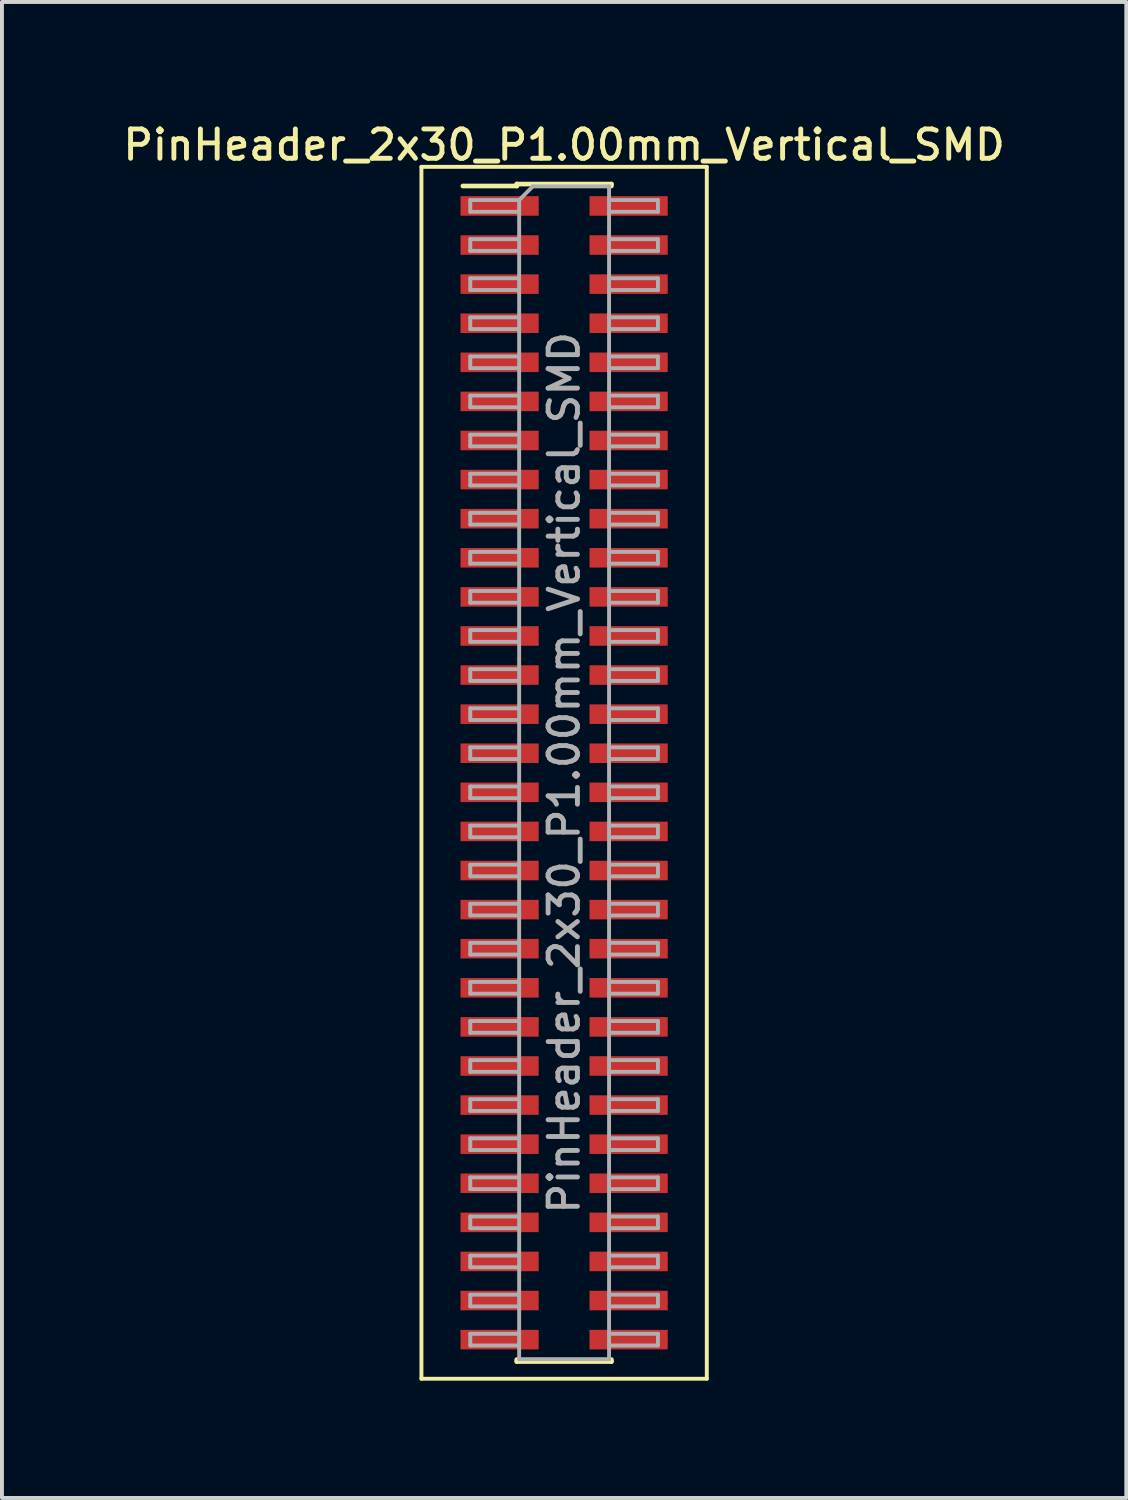
<source format=kicad_pcb>
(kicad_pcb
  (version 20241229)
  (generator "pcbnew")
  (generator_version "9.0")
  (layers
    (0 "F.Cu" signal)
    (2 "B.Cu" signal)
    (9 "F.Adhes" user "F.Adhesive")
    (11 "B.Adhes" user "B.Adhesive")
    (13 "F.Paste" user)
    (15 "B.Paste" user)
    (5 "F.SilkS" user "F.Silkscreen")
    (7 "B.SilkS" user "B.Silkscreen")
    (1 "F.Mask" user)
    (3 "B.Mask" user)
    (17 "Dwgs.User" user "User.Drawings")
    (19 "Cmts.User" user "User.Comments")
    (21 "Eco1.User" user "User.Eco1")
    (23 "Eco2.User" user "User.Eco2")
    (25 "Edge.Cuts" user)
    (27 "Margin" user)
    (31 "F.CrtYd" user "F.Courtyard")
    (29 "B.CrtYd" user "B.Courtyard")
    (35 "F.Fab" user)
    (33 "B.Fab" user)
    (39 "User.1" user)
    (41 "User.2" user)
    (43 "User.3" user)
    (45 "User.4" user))
  (footprint "PinHeader_2x30_P1.00mm_Vertical_SMD"
    (layer "F.Cu")
    (at 11.38 16.718)
    (property "Reference" "PinHeader_2x30_P1.00mm_Vertical_SMD" (at 0 -16.06 0) (layer "F.SilkS") (effects (font (size 0.75 0.75) (thickness 0.125))))
    (attr smd)
    (fp_line (start -3.65 -15.5) (end -3.65 15.5) (stroke (width 0.1) (type solid)) (layer "F.SilkS"))
    (fp_line (start -3.65 15.5) (end 3.65 15.5) (stroke (width 0.1) (type solid)) (layer "F.SilkS"))
    (fp_line (start -2.59 -15.01) (end -1.21 -15.01) (stroke (width 0.12) (type solid)) (layer "F.SilkS"))
    (fp_line (start -1.21 -15.06) (end -1.21 -15.01) (stroke (width 0.12) (type solid)) (layer "F.SilkS"))
    (fp_line (start -1.21 -15.06) (end 1.21 -15.06) (stroke (width 0.12) (type solid)) (layer "F.SilkS"))
    (fp_line (start -1.21 15.01) (end -1.21 15.06) (stroke (width 0.12) (type solid)) (layer "F.SilkS"))
    (fp_line (start -1.21 15.06) (end 1.21 15.06) (stroke (width 0.12) (type solid)) (layer "F.SilkS"))
    (fp_line (start 1.21 -15.06) (end 1.21 -15.01) (stroke (width 0.12) (type solid)) (layer "F.SilkS"))
    (fp_line (start 1.21 15.01) (end 1.21 15.06) (stroke (width 0.12) (type solid)) (layer "F.SilkS"))
    (fp_line (start 3.65 -15.5) (end -3.65 -15.5) (stroke (width 0.1) (type solid)) (layer "F.SilkS"))
    (fp_line (start 3.65 15.5) (end 3.65 -15.5) (stroke (width 0.1) (type solid)) (layer "F.SilkS"))
    (fp_line (start -2.4 -14.65) (end -2.4 -14.35) (stroke (width 0.1) (type solid)) (layer "F.Fab"))
    (fp_line (start -2.4 -14.35) (end -1.15 -14.35) (stroke (width 0.1) (type solid)) (layer "F.Fab"))
    (fp_line (start -2.4 -13.65) (end -2.4 -13.35) (stroke (width 0.1) (type solid)) (layer "F.Fab"))
    (fp_line (start -2.4 -13.35) (end -1.15 -13.35) (stroke (width 0.1) (type solid)) (layer "F.Fab"))
    (fp_line (start -2.4 -12.65) (end -2.4 -12.35) (stroke (width 0.1) (type solid)) (layer "F.Fab"))
    (fp_line (start -2.4 -12.35) (end -1.15 -12.35) (stroke (width 0.1) (type solid)) (layer "F.Fab"))
    (fp_line (start -2.4 -11.65) (end -2.4 -11.35) (stroke (width 0.1) (type solid)) (layer "F.Fab"))
    (fp_line (start -2.4 -11.35) (end -1.15 -11.35) (stroke (width 0.1) (type solid)) (layer "F.Fab"))
    (fp_line (start -2.4 -10.65) (end -2.4 -10.35) (stroke (width 0.1) (type solid)) (layer "F.Fab"))
    (fp_line (start -2.4 -10.35) (end -1.15 -10.35) (stroke (width 0.1) (type solid)) (layer "F.Fab"))
    (fp_line (start -2.4 -9.65) (end -2.4 -9.35) (stroke (width 0.1) (type solid)) (layer "F.Fab"))
    (fp_line (start -2.4 -9.35) (end -1.15 -9.35) (stroke (width 0.1) (type solid)) (layer "F.Fab"))
    (fp_line (start -2.4 -8.65) (end -2.4 -8.35) (stroke (width 0.1) (type solid)) (layer "F.Fab"))
    (fp_line (start -2.4 -8.35) (end -1.15 -8.35) (stroke (width 0.1) (type solid)) (layer "F.Fab"))
    (fp_line (start -2.4 -7.65) (end -2.4 -7.35) (stroke (width 0.1) (type solid)) (layer "F.Fab"))
    (fp_line (start -2.4 -7.35) (end -1.15 -7.35) (stroke (width 0.1) (type solid)) (layer "F.Fab"))
    (fp_line (start -2.4 -6.65) (end -2.4 -6.35) (stroke (width 0.1) (type solid)) (layer "F.Fab"))
    (fp_line (start -2.4 -6.35) (end -1.15 -6.35) (stroke (width 0.1) (type solid)) (layer "F.Fab"))
    (fp_line (start -2.4 -5.65) (end -2.4 -5.35) (stroke (width 0.1) (type solid)) (layer "F.Fab"))
    (fp_line (start -2.4 -5.35) (end -1.15 -5.35) (stroke (width 0.1) (type solid)) (layer "F.Fab"))
    (fp_line (start -2.4 -4.65) (end -2.4 -4.35) (stroke (width 0.1) (type solid)) (layer "F.Fab"))
    (fp_line (start -2.4 -4.35) (end -1.15 -4.35) (stroke (width 0.1) (type solid)) (layer "F.Fab"))
    (fp_line (start -2.4 -3.65) (end -2.4 -3.35) (stroke (width 0.1) (type solid)) (layer "F.Fab"))
    (fp_line (start -2.4 -3.35) (end -1.15 -3.35) (stroke (width 0.1) (type solid)) (layer "F.Fab"))
    (fp_line (start -2.4 -2.65) (end -2.4 -2.35) (stroke (width 0.1) (type solid)) (layer "F.Fab"))
    (fp_line (start -2.4 -2.35) (end -1.15 -2.35) (stroke (width 0.1) (type solid)) (layer "F.Fab"))
    (fp_line (start -2.4 -1.65) (end -2.4 -1.35) (stroke (width 0.1) (type solid)) (layer "F.Fab"))
    (fp_line (start -2.4 -1.35) (end -1.15 -1.35) (stroke (width 0.1) (type solid)) (layer "F.Fab"))
    (fp_line (start -2.4 -0.65) (end -2.4 -0.35) (stroke (width 0.1) (type solid)) (layer "F.Fab"))
    (fp_line (start -2.4 -0.35) (end -1.15 -0.35) (stroke (width 0.1) (type solid)) (layer "F.Fab"))
    (fp_line (start -2.4 0.35) (end -2.4 0.65) (stroke (width 0.1) (type solid)) (layer "F.Fab"))
    (fp_line (start -2.4 0.65) (end -1.15 0.65) (stroke (width 0.1) (type solid)) (layer "F.Fab"))
    (fp_line (start -2.4 1.35) (end -2.4 1.65) (stroke (width 0.1) (type solid)) (layer "F.Fab"))
    (fp_line (start -2.4 1.65) (end -1.15 1.65) (stroke (width 0.1) (type solid)) (layer "F.Fab"))
    (fp_line (start -2.4 2.35) (end -2.4 2.65) (stroke (width 0.1) (type solid)) (layer "F.Fab"))
    (fp_line (start -2.4 2.65) (end -1.15 2.65) (stroke (width 0.1) (type solid)) (layer "F.Fab"))
    (fp_line (start -2.4 3.35) (end -2.4 3.65) (stroke (width 0.1) (type solid)) (layer "F.Fab"))
    (fp_line (start -2.4 3.65) (end -1.15 3.65) (stroke (width 0.1) (type solid)) (layer "F.Fab"))
    (fp_line (start -2.4 4.35) (end -2.4 4.65) (stroke (width 0.1) (type solid)) (layer "F.Fab"))
    (fp_line (start -2.4 4.65) (end -1.15 4.65) (stroke (width 0.1) (type solid)) (layer "F.Fab"))
    (fp_line (start -2.4 5.35) (end -2.4 5.65) (stroke (width 0.1) (type solid)) (layer "F.Fab"))
    (fp_line (start -2.4 5.65) (end -1.15 5.65) (stroke (width 0.1) (type solid)) (layer "F.Fab"))
    (fp_line (start -2.4 6.35) (end -2.4 6.65) (stroke (width 0.1) (type solid)) (layer "F.Fab"))
    (fp_line (start -2.4 6.65) (end -1.15 6.65) (stroke (width 0.1) (type solid)) (layer "F.Fab"))
    (fp_line (start -2.4 7.35) (end -2.4 7.65) (stroke (width 0.1) (type solid)) (layer "F.Fab"))
    (fp_line (start -2.4 7.65) (end -1.15 7.65) (stroke (width 0.1) (type solid)) (layer "F.Fab"))
    (fp_line (start -2.4 8.35) (end -2.4 8.65) (stroke (width 0.1) (type solid)) (layer "F.Fab"))
    (fp_line (start -2.4 8.65) (end -1.15 8.65) (stroke (width 0.1) (type solid)) (layer "F.Fab"))
    (fp_line (start -2.4 9.35) (end -2.4 9.65) (stroke (width 0.1) (type solid)) (layer "F.Fab"))
    (fp_line (start -2.4 9.65) (end -1.15 9.65) (stroke (width 0.1) (type solid)) (layer "F.Fab"))
    (fp_line (start -2.4 10.35) (end -2.4 10.65) (stroke (width 0.1) (type solid)) (layer "F.Fab"))
    (fp_line (start -2.4 10.65) (end -1.15 10.65) (stroke (width 0.1) (type solid)) (layer "F.Fab"))
    (fp_line (start -2.4 11.35) (end -2.4 11.65) (stroke (width 0.1) (type solid)) (layer "F.Fab"))
    (fp_line (start -2.4 11.65) (end -1.15 11.65) (stroke (width 0.1) (type solid)) (layer "F.Fab"))
    (fp_line (start -2.4 12.35) (end -2.4 12.65) (stroke (width 0.1) (type solid)) (layer "F.Fab"))
    (fp_line (start -2.4 12.65) (end -1.15 12.65) (stroke (width 0.1) (type solid)) (layer "F.Fab"))
    (fp_line (start -2.4 13.35) (end -2.4 13.65) (stroke (width 0.1) (type solid)) (layer "F.Fab"))
    (fp_line (start -2.4 13.65) (end -1.15 13.65) (stroke (width 0.1) (type solid)) (layer "F.Fab"))
    (fp_line (start -2.4 14.35) (end -2.4 14.65) (stroke (width 0.1) (type solid)) (layer "F.Fab"))
    (fp_line (start -2.4 14.65) (end -1.15 14.65) (stroke (width 0.1) (type solid)) (layer "F.Fab"))
    (fp_line (start -1.15 -14.65) (end -2.4 -14.65) (stroke (width 0.1) (type solid)) (layer "F.Fab"))
    (fp_line (start -1.15 -14.65) (end -0.8 -15) (stroke (width 0.1) (type solid)) (layer "F.Fab"))
    (fp_line (start -1.15 -13.65) (end -2.4 -13.65) (stroke (width 0.1) (type solid)) (layer "F.Fab"))
    (fp_line (start -1.15 -12.65) (end -2.4 -12.65) (stroke (width 0.1) (type solid)) (layer "F.Fab"))
    (fp_line (start -1.15 -11.65) (end -2.4 -11.65) (stroke (width 0.1) (type solid)) (layer "F.Fab"))
    (fp_line (start -1.15 -10.65) (end -2.4 -10.65) (stroke (width 0.1) (type solid)) (layer "F.Fab"))
    (fp_line (start -1.15 -9.65) (end -2.4 -9.65) (stroke (width 0.1) (type solid)) (layer "F.Fab"))
    (fp_line (start -1.15 -8.65) (end -2.4 -8.65) (stroke (width 0.1) (type solid)) (layer "F.Fab"))
    (fp_line (start -1.15 -7.65) (end -2.4 -7.65) (stroke (width 0.1) (type solid)) (layer "F.Fab"))
    (fp_line (start -1.15 -6.65) (end -2.4 -6.65) (stroke (width 0.1) (type solid)) (layer "F.Fab"))
    (fp_line (start -1.15 -5.65) (end -2.4 -5.65) (stroke (width 0.1) (type solid)) (layer "F.Fab"))
    (fp_line (start -1.15 -4.65) (end -2.4 -4.65) (stroke (width 0.1) (type solid)) (layer "F.Fab"))
    (fp_line (start -1.15 -3.65) (end -2.4 -3.65) (stroke (width 0.1) (type solid)) (layer "F.Fab"))
    (fp_line (start -1.15 -2.65) (end -2.4 -2.65) (stroke (width 0.1) (type solid)) (layer "F.Fab"))
    (fp_line (start -1.15 -1.65) (end -2.4 -1.65) (stroke (width 0.1) (type solid)) (layer "F.Fab"))
    (fp_line (start -1.15 -0.65) (end -2.4 -0.65) (stroke (width 0.1) (type solid)) (layer "F.Fab"))
    (fp_line (start -1.15 0.35) (end -2.4 0.35) (stroke (width 0.1) (type solid)) (layer "F.Fab"))
    (fp_line (start -1.15 1.35) (end -2.4 1.35) (stroke (width 0.1) (type solid)) (layer "F.Fab"))
    (fp_line (start -1.15 2.35) (end -2.4 2.35) (stroke (width 0.1) (type solid)) (layer "F.Fab"))
    (fp_line (start -1.15 3.35) (end -2.4 3.35) (stroke (width 0.1) (type solid)) (layer "F.Fab"))
    (fp_line (start -1.15 4.35) (end -2.4 4.35) (stroke (width 0.1) (type solid)) (layer "F.Fab"))
    (fp_line (start -1.15 5.35) (end -2.4 5.35) (stroke (width 0.1) (type solid)) (layer "F.Fab"))
    (fp_line (start -1.15 6.35) (end -2.4 6.35) (stroke (width 0.1) (type solid)) (layer "F.Fab"))
    (fp_line (start -1.15 7.35) (end -2.4 7.35) (stroke (width 0.1) (type solid)) (layer "F.Fab"))
    (fp_line (start -1.15 8.35) (end -2.4 8.35) (stroke (width 0.1) (type solid)) (layer "F.Fab"))
    (fp_line (start -1.15 9.35) (end -2.4 9.35) (stroke (width 0.1) (type solid)) (layer "F.Fab"))
    (fp_line (start -1.15 10.35) (end -2.4 10.35) (stroke (width 0.1) (type solid)) (layer "F.Fab"))
    (fp_line (start -1.15 11.35) (end -2.4 11.35) (stroke (width 0.1) (type solid)) (layer "F.Fab"))
    (fp_line (start -1.15 12.35) (end -2.4 12.35) (stroke (width 0.1) (type solid)) (layer "F.Fab"))
    (fp_line (start -1.15 13.35) (end -2.4 13.35) (stroke (width 0.1) (type solid)) (layer "F.Fab"))
    (fp_line (start -1.15 14.35) (end -2.4 14.35) (stroke (width 0.1) (type solid)) (layer "F.Fab"))
    (fp_line (start -1.15 15) (end -1.15 -14.65) (stroke (width 0.1) (type solid)) (layer "F.Fab"))
    (fp_line (start -0.8 -15) (end 1.15 -15) (stroke (width 0.1) (type solid)) (layer "F.Fab"))
    (fp_line (start 1.15 -15) (end 1.15 15) (stroke (width 0.1) (type solid)) (layer "F.Fab"))
    (fp_line (start 1.15 -14.65) (end 2.4 -14.65) (stroke (width 0.1) (type solid)) (layer "F.Fab"))
    (fp_line (start 1.15 -13.65) (end 2.4 -13.65) (stroke (width 0.1) (type solid)) (layer "F.Fab"))
    (fp_line (start 1.15 -12.65) (end 2.4 -12.65) (stroke (width 0.1) (type solid)) (layer "F.Fab"))
    (fp_line (start 1.15 -11.65) (end 2.4 -11.65) (stroke (width 0.1) (type solid)) (layer "F.Fab"))
    (fp_line (start 1.15 -10.65) (end 2.4 -10.65) (stroke (width 0.1) (type solid)) (layer "F.Fab"))
    (fp_line (start 1.15 -9.65) (end 2.4 -9.65) (stroke (width 0.1) (type solid)) (layer "F.Fab"))
    (fp_line (start 1.15 -8.65) (end 2.4 -8.65) (stroke (width 0.1) (type solid)) (layer "F.Fab"))
    (fp_line (start 1.15 -7.65) (end 2.4 -7.65) (stroke (width 0.1) (type solid)) (layer "F.Fab"))
    (fp_line (start 1.15 -6.65) (end 2.4 -6.65) (stroke (width 0.1) (type solid)) (layer "F.Fab"))
    (fp_line (start 1.15 -5.65) (end 2.4 -5.65) (stroke (width 0.1) (type solid)) (layer "F.Fab"))
    (fp_line (start 1.15 -4.65) (end 2.4 -4.65) (stroke (width 0.1) (type solid)) (layer "F.Fab"))
    (fp_line (start 1.15 -3.65) (end 2.4 -3.65) (stroke (width 0.1) (type solid)) (layer "F.Fab"))
    (fp_line (start 1.15 -2.65) (end 2.4 -2.65) (stroke (width 0.1) (type solid)) (layer "F.Fab"))
    (fp_line (start 1.15 -1.65) (end 2.4 -1.65) (stroke (width 0.1) (type solid)) (layer "F.Fab"))
    (fp_line (start 1.15 -0.65) (end 2.4 -0.65) (stroke (width 0.1) (type solid)) (layer "F.Fab"))
    (fp_line (start 1.15 0.35) (end 2.4 0.35) (stroke (width 0.1) (type solid)) (layer "F.Fab"))
    (fp_line (start 1.15 1.35) (end 2.4 1.35) (stroke (width 0.1) (type solid)) (layer "F.Fab"))
    (fp_line (start 1.15 2.35) (end 2.4 2.35) (stroke (width 0.1) (type solid)) (layer "F.Fab"))
    (fp_line (start 1.15 3.35) (end 2.4 3.35) (stroke (width 0.1) (type solid)) (layer "F.Fab"))
    (fp_line (start 1.15 4.35) (end 2.4 4.35) (stroke (width 0.1) (type solid)) (layer "F.Fab"))
    (fp_line (start 1.15 5.35) (end 2.4 5.35) (stroke (width 0.1) (type solid)) (layer "F.Fab"))
    (fp_line (start 1.15 6.35) (end 2.4 6.35) (stroke (width 0.1) (type solid)) (layer "F.Fab"))
    (fp_line (start 1.15 7.35) (end 2.4 7.35) (stroke (width 0.1) (type solid)) (layer "F.Fab"))
    (fp_line (start 1.15 8.35) (end 2.4 8.35) (stroke (width 0.1) (type solid)) (layer "F.Fab"))
    (fp_line (start 1.15 9.35) (end 2.4 9.35) (stroke (width 0.1) (type solid)) (layer "F.Fab"))
    (fp_line (start 1.15 10.35) (end 2.4 10.35) (stroke (width 0.1) (type solid)) (layer "F.Fab"))
    (fp_line (start 1.15 11.35) (end 2.4 11.35) (stroke (width 0.1) (type solid)) (layer "F.Fab"))
    (fp_line (start 1.15 12.35) (end 2.4 12.35) (stroke (width 0.1) (type solid)) (layer "F.Fab"))
    (fp_line (start 1.15 13.35) (end 2.4 13.35) (stroke (width 0.1) (type solid)) (layer "F.Fab"))
    (fp_line (start 1.15 14.35) (end 2.4 14.35) (stroke (width 0.1) (type solid)) (layer "F.Fab"))
    (fp_line (start 1.15 15) (end -1.15 15) (stroke (width 0.1) (type solid)) (layer "F.Fab"))
    (fp_line (start 2.4 -14.65) (end 2.4 -14.35) (stroke (width 0.1) (type solid)) (layer "F.Fab"))
    (fp_line (start 2.4 -14.35) (end 1.15 -14.35) (stroke (width 0.1) (type solid)) (layer "F.Fab"))
    (fp_line (start 2.4 -13.65) (end 2.4 -13.35) (stroke (width 0.1) (type solid)) (layer "F.Fab"))
    (fp_line (start 2.4 -13.35) (end 1.15 -13.35) (stroke (width 0.1) (type solid)) (layer "F.Fab"))
    (fp_line (start 2.4 -12.65) (end 2.4 -12.35) (stroke (width 0.1) (type solid)) (layer "F.Fab"))
    (fp_line (start 2.4 -12.35) (end 1.15 -12.35) (stroke (width 0.1) (type solid)) (layer "F.Fab"))
    (fp_line (start 2.4 -11.65) (end 2.4 -11.35) (stroke (width 0.1) (type solid)) (layer "F.Fab"))
    (fp_line (start 2.4 -11.35) (end 1.15 -11.35) (stroke (width 0.1) (type solid)) (layer "F.Fab"))
    (fp_line (start 2.4 -10.65) (end 2.4 -10.35) (stroke (width 0.1) (type solid)) (layer "F.Fab"))
    (fp_line (start 2.4 -10.35) (end 1.15 -10.35) (stroke (width 0.1) (type solid)) (layer "F.Fab"))
    (fp_line (start 2.4 -9.65) (end 2.4 -9.35) (stroke (width 0.1) (type solid)) (layer "F.Fab"))
    (fp_line (start 2.4 -9.35) (end 1.15 -9.35) (stroke (width 0.1) (type solid)) (layer "F.Fab"))
    (fp_line (start 2.4 -8.65) (end 2.4 -8.35) (stroke (width 0.1) (type solid)) (layer "F.Fab"))
    (fp_line (start 2.4 -8.35) (end 1.15 -8.35) (stroke (width 0.1) (type solid)) (layer "F.Fab"))
    (fp_line (start 2.4 -7.65) (end 2.4 -7.35) (stroke (width 0.1) (type solid)) (layer "F.Fab"))
    (fp_line (start 2.4 -7.35) (end 1.15 -7.35) (stroke (width 0.1) (type solid)) (layer "F.Fab"))
    (fp_line (start 2.4 -6.65) (end 2.4 -6.35) (stroke (width 0.1) (type solid)) (layer "F.Fab"))
    (fp_line (start 2.4 -6.35) (end 1.15 -6.35) (stroke (width 0.1) (type solid)) (layer "F.Fab"))
    (fp_line (start 2.4 -5.65) (end 2.4 -5.35) (stroke (width 0.1) (type solid)) (layer "F.Fab"))
    (fp_line (start 2.4 -5.35) (end 1.15 -5.35) (stroke (width 0.1) (type solid)) (layer "F.Fab"))
    (fp_line (start 2.4 -4.65) (end 2.4 -4.35) (stroke (width 0.1) (type solid)) (layer "F.Fab"))
    (fp_line (start 2.4 -4.35) (end 1.15 -4.35) (stroke (width 0.1) (type solid)) (layer "F.Fab"))
    (fp_line (start 2.4 -3.65) (end 2.4 -3.35) (stroke (width 0.1) (type solid)) (layer "F.Fab"))
    (fp_line (start 2.4 -3.35) (end 1.15 -3.35) (stroke (width 0.1) (type solid)) (layer "F.Fab"))
    (fp_line (start 2.4 -2.65) (end 2.4 -2.35) (stroke (width 0.1) (type solid)) (layer "F.Fab"))
    (fp_line (start 2.4 -2.35) (end 1.15 -2.35) (stroke (width 0.1) (type solid)) (layer "F.Fab"))
    (fp_line (start 2.4 -1.65) (end 2.4 -1.35) (stroke (width 0.1) (type solid)) (layer "F.Fab"))
    (fp_line (start 2.4 -1.35) (end 1.15 -1.35) (stroke (width 0.1) (type solid)) (layer "F.Fab"))
    (fp_line (start 2.4 -0.65) (end 2.4 -0.35) (stroke (width 0.1) (type solid)) (layer "F.Fab"))
    (fp_line (start 2.4 -0.35) (end 1.15 -0.35) (stroke (width 0.1) (type solid)) (layer "F.Fab"))
    (fp_line (start 2.4 0.35) (end 2.4 0.65) (stroke (width 0.1) (type solid)) (layer "F.Fab"))
    (fp_line (start 2.4 0.65) (end 1.15 0.65) (stroke (width 0.1) (type solid)) (layer "F.Fab"))
    (fp_line (start 2.4 1.35) (end 2.4 1.65) (stroke (width 0.1) (type solid)) (layer "F.Fab"))
    (fp_line (start 2.4 1.65) (end 1.15 1.65) (stroke (width 0.1) (type solid)) (layer "F.Fab"))
    (fp_line (start 2.4 2.35) (end 2.4 2.65) (stroke (width 0.1) (type solid)) (layer "F.Fab"))
    (fp_line (start 2.4 2.65) (end 1.15 2.65) (stroke (width 0.1) (type solid)) (layer "F.Fab"))
    (fp_line (start 2.4 3.35) (end 2.4 3.65) (stroke (width 0.1) (type solid)) (layer "F.Fab"))
    (fp_line (start 2.4 3.65) (end 1.15 3.65) (stroke (width 0.1) (type solid)) (layer "F.Fab"))
    (fp_line (start 2.4 4.35) (end 2.4 4.65) (stroke (width 0.1) (type solid)) (layer "F.Fab"))
    (fp_line (start 2.4 4.65) (end 1.15 4.65) (stroke (width 0.1) (type solid)) (layer "F.Fab"))
    (fp_line (start 2.4 5.35) (end 2.4 5.65) (stroke (width 0.1) (type solid)) (layer "F.Fab"))
    (fp_line (start 2.4 5.65) (end 1.15 5.65) (stroke (width 0.1) (type solid)) (layer "F.Fab"))
    (fp_line (start 2.4 6.35) (end 2.4 6.65) (stroke (width 0.1) (type solid)) (layer "F.Fab"))
    (fp_line (start 2.4 6.65) (end 1.15 6.65) (stroke (width 0.1) (type solid)) (layer "F.Fab"))
    (fp_line (start 2.4 7.35) (end 2.4 7.65) (stroke (width 0.1) (type solid)) (layer "F.Fab"))
    (fp_line (start 2.4 7.65) (end 1.15 7.65) (stroke (width 0.1) (type solid)) (layer "F.Fab"))
    (fp_line (start 2.4 8.35) (end 2.4 8.65) (stroke (width 0.1) (type solid)) (layer "F.Fab"))
    (fp_line (start 2.4 8.65) (end 1.15 8.65) (stroke (width 0.1) (type solid)) (layer "F.Fab"))
    (fp_line (start 2.4 9.35) (end 2.4 9.65) (stroke (width 0.1) (type solid)) (layer "F.Fab"))
    (fp_line (start 2.4 9.65) (end 1.15 9.65) (stroke (width 0.1) (type solid)) (layer "F.Fab"))
    (fp_line (start 2.4 10.35) (end 2.4 10.65) (stroke (width 0.1) (type solid)) (layer "F.Fab"))
    (fp_line (start 2.4 10.65) (end 1.15 10.65) (stroke (width 0.1) (type solid)) (layer "F.Fab"))
    (fp_line (start 2.4 11.35) (end 2.4 11.65) (stroke (width 0.1) (type solid)) (layer "F.Fab"))
    (fp_line (start 2.4 11.65) (end 1.15 11.65) (stroke (width 0.1) (type solid)) (layer "F.Fab"))
    (fp_line (start 2.4 12.35) (end 2.4 12.65) (stroke (width 0.1) (type solid)) (layer "F.Fab"))
    (fp_line (start 2.4 12.65) (end 1.15 12.65) (stroke (width 0.1) (type solid)) (layer "F.Fab"))
    (fp_line (start 2.4 13.35) (end 2.4 13.65) (stroke (width 0.1) (type solid)) (layer "F.Fab"))
    (fp_line (start 2.4 13.65) (end 1.15 13.65) (stroke (width 0.1) (type solid)) (layer "F.Fab"))
    (fp_line (start 2.4 14.35) (end 2.4 14.65) (stroke (width 0.1) (type solid)) (layer "F.Fab"))
    (fp_line (start 2.4 14.65) (end 1.15 14.65) (stroke (width 0.1) (type solid)) (layer "F.Fab"))
    (fp_text user "${REFERENCE}" (at 0 0 90) (layer "F.Fab") (effects (font (size 0.75 0.75) (thickness 0.125))))
    (pad "1" smd rect (at -1.65 -14.5) (size 2 0.5) (layers "F.Cu" "F.Mask" "F.Paste"))
    (pad "2" smd rect (at 1.65 -14.5) (size 2 0.5) (layers "F.Cu" "F.Mask" "F.Paste"))
    (pad "3" smd rect (at -1.65 -13.5) (size 2 0.5) (layers "F.Cu" "F.Mask" "F.Paste"))
    (pad "4" smd rect (at 1.65 -13.5) (size 2 0.5) (layers "F.Cu" "F.Mask" "F.Paste"))
    (pad "5" smd rect (at -1.65 -12.5) (size 2 0.5) (layers "F.Cu" "F.Mask" "F.Paste"))
    (pad "6" smd rect (at 1.65 -12.5) (size 2 0.5) (layers "F.Cu" "F.Mask" "F.Paste"))
    (pad "7" smd rect (at -1.65 -11.5) (size 2 0.5) (layers "F.Cu" "F.Mask" "F.Paste"))
    (pad "8" smd rect (at 1.65 -11.5) (size 2 0.5) (layers "F.Cu" "F.Mask" "F.Paste"))
    (pad "9" smd rect (at -1.65 -10.5) (size 2 0.5) (layers "F.Cu" "F.Mask" "F.Paste"))
    (pad "10" smd rect (at 1.65 -10.5) (size 2 0.5) (layers "F.Cu" "F.Mask" "F.Paste"))
    (pad "11" smd rect (at -1.65 -9.5) (size 2 0.5) (layers "F.Cu" "F.Mask" "F.Paste"))
    (pad "12" smd rect (at 1.65 -9.5) (size 2 0.5) (layers "F.Cu" "F.Mask" "F.Paste"))
    (pad "13" smd rect (at -1.65 -8.5) (size 2 0.5) (layers "F.Cu" "F.Mask" "F.Paste"))
    (pad "14" smd rect (at 1.65 -8.5) (size 2 0.5) (layers "F.Cu" "F.Mask" "F.Paste"))
    (pad "15" smd rect (at -1.65 -7.5) (size 2 0.5) (layers "F.Cu" "F.Mask" "F.Paste"))
    (pad "16" smd rect (at 1.65 -7.5) (size 2 0.5) (layers "F.Cu" "F.Mask" "F.Paste"))
    (pad "17" smd rect (at -1.65 -6.5) (size 2 0.5) (layers "F.Cu" "F.Mask" "F.Paste"))
    (pad "18" smd rect (at 1.65 -6.5) (size 2 0.5) (layers "F.Cu" "F.Mask" "F.Paste"))
    (pad "19" smd rect (at -1.65 -5.5) (size 2 0.5) (layers "F.Cu" "F.Mask" "F.Paste"))
    (pad "20" smd rect (at 1.65 -5.5) (size 2 0.5) (layers "F.Cu" "F.Mask" "F.Paste"))
    (pad "21" smd rect (at -1.65 -4.5) (size 2 0.5) (layers "F.Cu" "F.Mask" "F.Paste"))
    (pad "22" smd rect (at 1.65 -4.5) (size 2 0.5) (layers "F.Cu" "F.Mask" "F.Paste"))
    (pad "23" smd rect (at -1.65 -3.5) (size 2 0.5) (layers "F.Cu" "F.Mask" "F.Paste"))
    (pad "24" smd rect (at 1.65 -3.5) (size 2 0.5) (layers "F.Cu" "F.Mask" "F.Paste"))
    (pad "25" smd rect (at -1.65 -2.5) (size 2 0.5) (layers "F.Cu" "F.Mask" "F.Paste"))
    (pad "26" smd rect (at 1.65 -2.5) (size 2 0.5) (layers "F.Cu" "F.Mask" "F.Paste"))
    (pad "27" smd rect (at -1.65 -1.5) (size 2 0.5) (layers "F.Cu" "F.Mask" "F.Paste"))
    (pad "28" smd rect (at 1.65 -1.5) (size 2 0.5) (layers "F.Cu" "F.Mask" "F.Paste"))
    (pad "29" smd rect (at -1.65 -0.5) (size 2 0.5) (layers "F.Cu" "F.Mask" "F.Paste"))
    (pad "30" smd rect (at 1.65 -0.5) (size 2 0.5) (layers "F.Cu" "F.Mask" "F.Paste"))
    (pad "31" smd rect (at -1.65 0.5) (size 2 0.5) (layers "F.Cu" "F.Mask" "F.Paste"))
    (pad "32" smd rect (at 1.65 0.5) (size 2 0.5) (layers "F.Cu" "F.Mask" "F.Paste"))
    (pad "33" smd rect (at -1.65 1.5) (size 2 0.5) (layers "F.Cu" "F.Mask" "F.Paste"))
    (pad "34" smd rect (at 1.65 1.5) (size 2 0.5) (layers "F.Cu" "F.Mask" "F.Paste"))
    (pad "35" smd rect (at -1.65 2.5) (size 2 0.5) (layers "F.Cu" "F.Mask" "F.Paste"))
    (pad "36" smd rect (at 1.65 2.5) (size 2 0.5) (layers "F.Cu" "F.Mask" "F.Paste"))
    (pad "37" smd rect (at -1.65 3.5) (size 2 0.5) (layers "F.Cu" "F.Mask" "F.Paste"))
    (pad "38" smd rect (at 1.65 3.5) (size 2 0.5) (layers "F.Cu" "F.Mask" "F.Paste"))
    (pad "39" smd rect (at -1.65 4.5) (size 2 0.5) (layers "F.Cu" "F.Mask" "F.Paste"))
    (pad "40" smd rect (at 1.65 4.5) (size 2 0.5) (layers "F.Cu" "F.Mask" "F.Paste"))
    (pad "41" smd rect (at -1.65 5.5) (size 2 0.5) (layers "F.Cu" "F.Mask" "F.Paste"))
    (pad "42" smd rect (at 1.65 5.5) (size 2 0.5) (layers "F.Cu" "F.Mask" "F.Paste"))
    (pad "43" smd rect (at -1.65 6.5) (size 2 0.5) (layers "F.Cu" "F.Mask" "F.Paste"))
    (pad "44" smd rect (at 1.65 6.5) (size 2 0.5) (layers "F.Cu" "F.Mask" "F.Paste"))
    (pad "45" smd rect (at -1.65 7.5) (size 2 0.5) (layers "F.Cu" "F.Mask" "F.Paste"))
    (pad "46" smd rect (at 1.65 7.5) (size 2 0.5) (layers "F.Cu" "F.Mask" "F.Paste"))
    (pad "47" smd rect (at -1.65 8.5) (size 2 0.5) (layers "F.Cu" "F.Mask" "F.Paste"))
    (pad "48" smd rect (at 1.65 8.5) (size 2 0.5) (layers "F.Cu" "F.Mask" "F.Paste"))
    (pad "49" smd rect (at -1.65 9.5) (size 2 0.5) (layers "F.Cu" "F.Mask" "F.Paste"))
    (pad "50" smd rect (at 1.65 9.5) (size 2 0.5) (layers "F.Cu" "F.Mask" "F.Paste"))
    (pad "51" smd rect (at -1.65 10.5) (size 2 0.5) (layers "F.Cu" "F.Mask" "F.Paste"))
    (pad "52" smd rect (at 1.65 10.5) (size 2 0.5) (layers "F.Cu" "F.Mask" "F.Paste"))
    (pad "53" smd rect (at -1.65 11.5) (size 2 0.5) (layers "F.Cu" "F.Mask" "F.Paste"))
    (pad "54" smd rect (at 1.65 11.5) (size 2 0.5) (layers "F.Cu" "F.Mask" "F.Paste"))
    (pad "55" smd rect (at -1.65 12.5) (size 2 0.5) (layers "F.Cu" "F.Mask" "F.Paste"))
    (pad "56" smd rect (at 1.65 12.5) (size 2 0.5) (layers "F.Cu" "F.Mask" "F.Paste"))
    (pad "57" smd rect (at -1.65 13.5) (size 2 0.5) (layers "F.Cu" "F.Mask" "F.Paste"))
    (pad "58" smd rect (at 1.65 13.5) (size 2 0.5) (layers "F.Cu" "F.Mask" "F.Paste"))
    (pad "59" smd rect (at -1.65 14.5) (size 2 0.5) (layers "F.Cu" "F.Mask" "F.Paste"))
    (pad "60" smd rect (at 1.65 14.5) (size 2 0.5) (layers "F.Cu" "F.Mask" "F.Paste")))
  (gr_rect
    (start -3 -3)
    (end 25.761 35.268)
    (stroke (width 0.1) (type default))
    (fill no)
    (layer "Edge.Cuts")))
</source>
